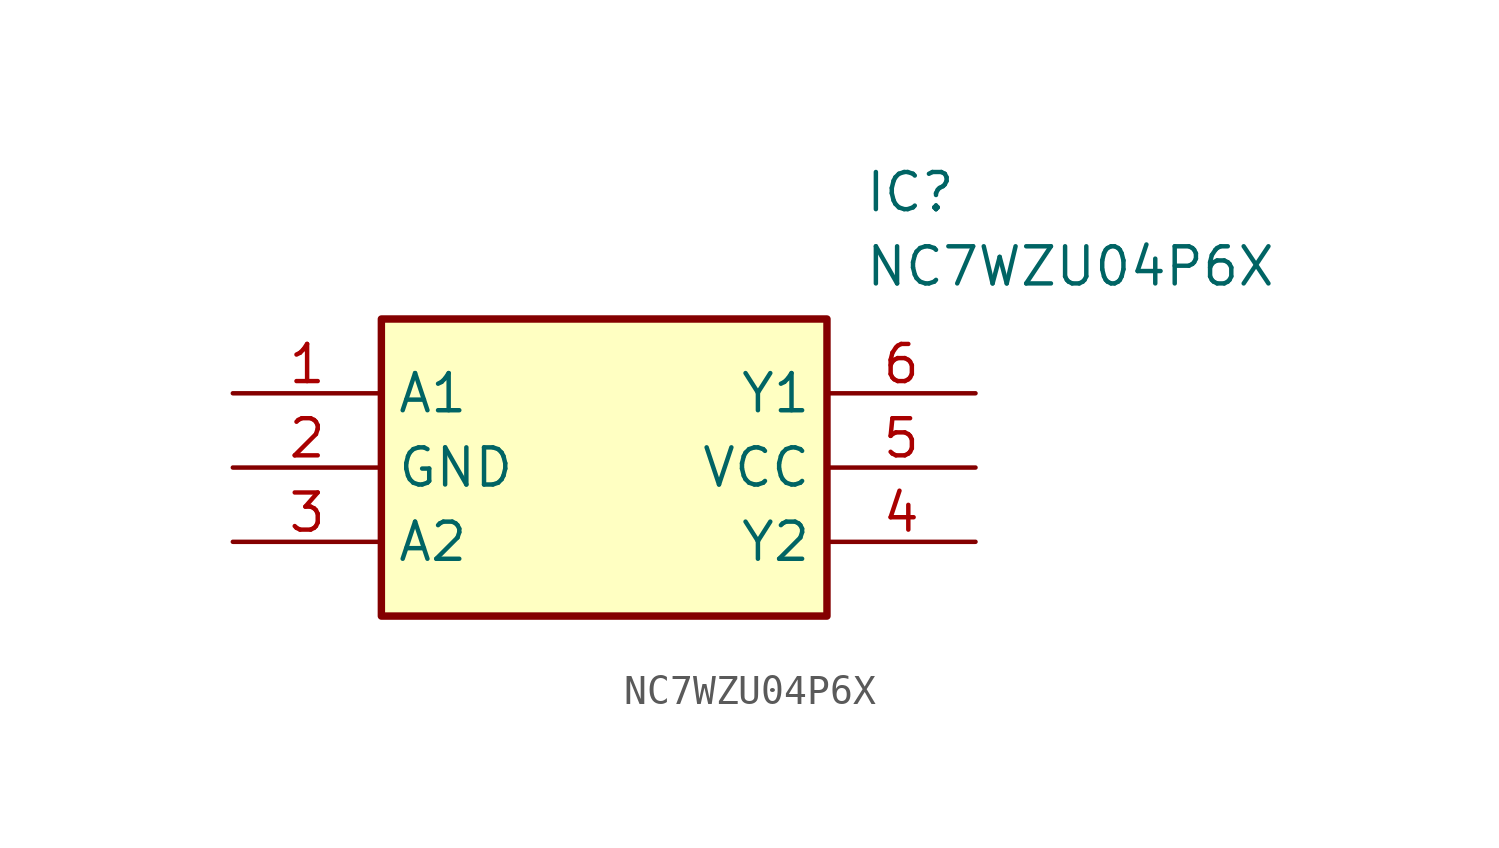
<source format=kicad_sym>
(kicad_symbol_lib
  (version 20211014)
  (generator SamacSys_ECAD_Model)
  (symbol "NC7WZU04P6X"
    (property "Reference" "IC"
      (at 21.59 7.62 0)
      (effects (font (size 1.27 1.27)) (justify left top)))
    (property "Value" "NC7WZU04P6X"
      (at 21.59 5.08 0)
      (effects (font (size 1.27 1.27)) (justify left top)))
    (rectangle
      (start 5.08 2.54)
      (end 20.32 -7.62)
      (stroke (width 0.254) (type default))
      (fill (type background)))
    (pin passive line
      (at 0 0 0)
      (length 5.08)
      (name "A1" (effects (font (size 1.27 1.27))))
      (number "1" (effects (font (size 1.27 1.27)))))
    (pin passive line
      (at 0 -2.54 0)
      (length 5.08)
      (name "GND" (effects (font (size 1.27 1.27))))
      (number "2" (effects (font (size 1.27 1.27)))))
    (pin passive line
      (at 0 -5.08 0)
      (length 5.08)
      (name "A2" (effects (font (size 1.27 1.27))))
      (number "3" (effects (font (size 1.27 1.27)))))
    (pin passive line
      (at 25.4 0 180)
      (length 5.08)
      (name "Y1" (effects (font (size 1.27 1.27))))
      (number "6" (effects (font (size 1.27 1.27)))))
    (pin passive line
      (at 25.4 -2.54 180)
      (length 5.08)
      (name "VCC" (effects (font (size 1.27 1.27))))
      (number "5" (effects (font (size 1.27 1.27)))))
    (pin passive line
      (at 25.4 -5.08 180)
      (length 5.08)
      (name "Y2" (effects (font (size 1.27 1.27))))
      (number "4" (effects (font (size 1.27 1.27)))))))
</source>
